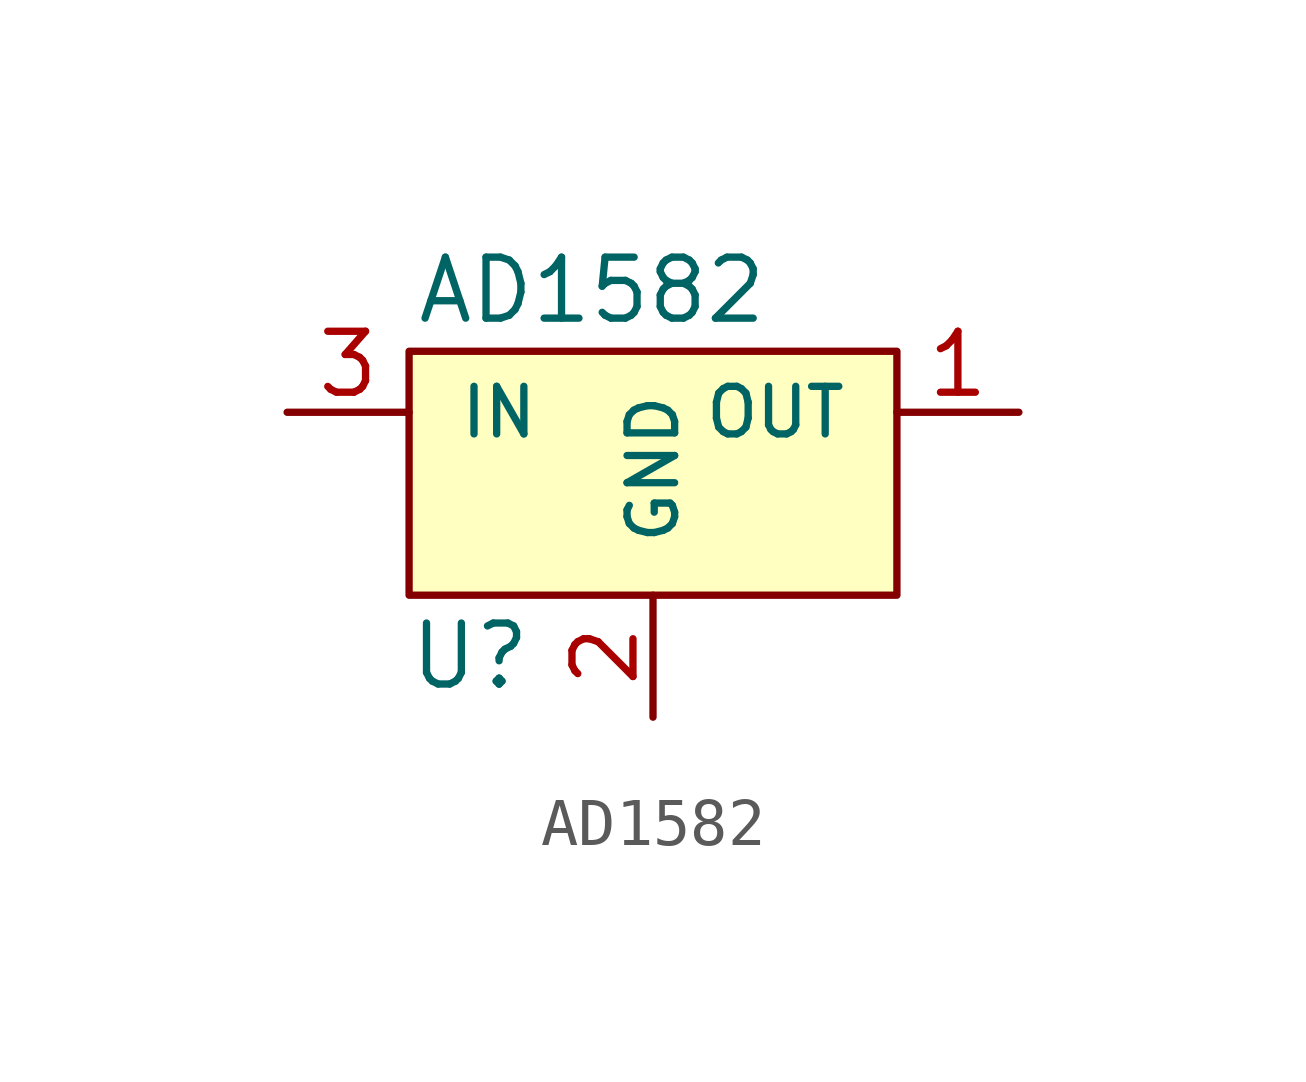
<source format=kicad_sym>
(kicad_symbol_lib
  (version 20211014)
  (generator kicad_symbol_editor)
  (symbol "AD1582"
    (pin_names
      (offset 1.016))
    (property "Reference" "U"
      (at -3.81 -3.81 0)
      (effects (font (size 1.27 1.27))))
    (property "Value" "AD1582"
      (at -1.27 3.81 0)
      (effects (font (size 1.27 1.27))))
    (symbol "AD1582_0_1"
      (rectangle (start -5.08 2.54) (end 5.08 -2.54) (stroke (width 0) (type default) (color 0 0 0 0)) (fill (type background))))
    (symbol "AD1582_1_1"
      (pin power_out line (at 7.62 1.27 180) (length 2.54) (name "OUT" (effects (font (size 0.991 0.991)))) (number "1" (effects (font (size 1.27 1.27)))))
      (pin power_in line (at 0 -5.08 90) (length 2.54) (name "GND" (effects (font (size 0.991 0.991)))) (number "2" (effects (font (size 1.27 1.27)))))
      (pin power_in line (at -7.62 1.27 0) (length 2.54) (name "IN" (effects (font (size 0.991 0.991)))) (number "3" (effects (font (size 1.27 1.27))))))))
</source>
